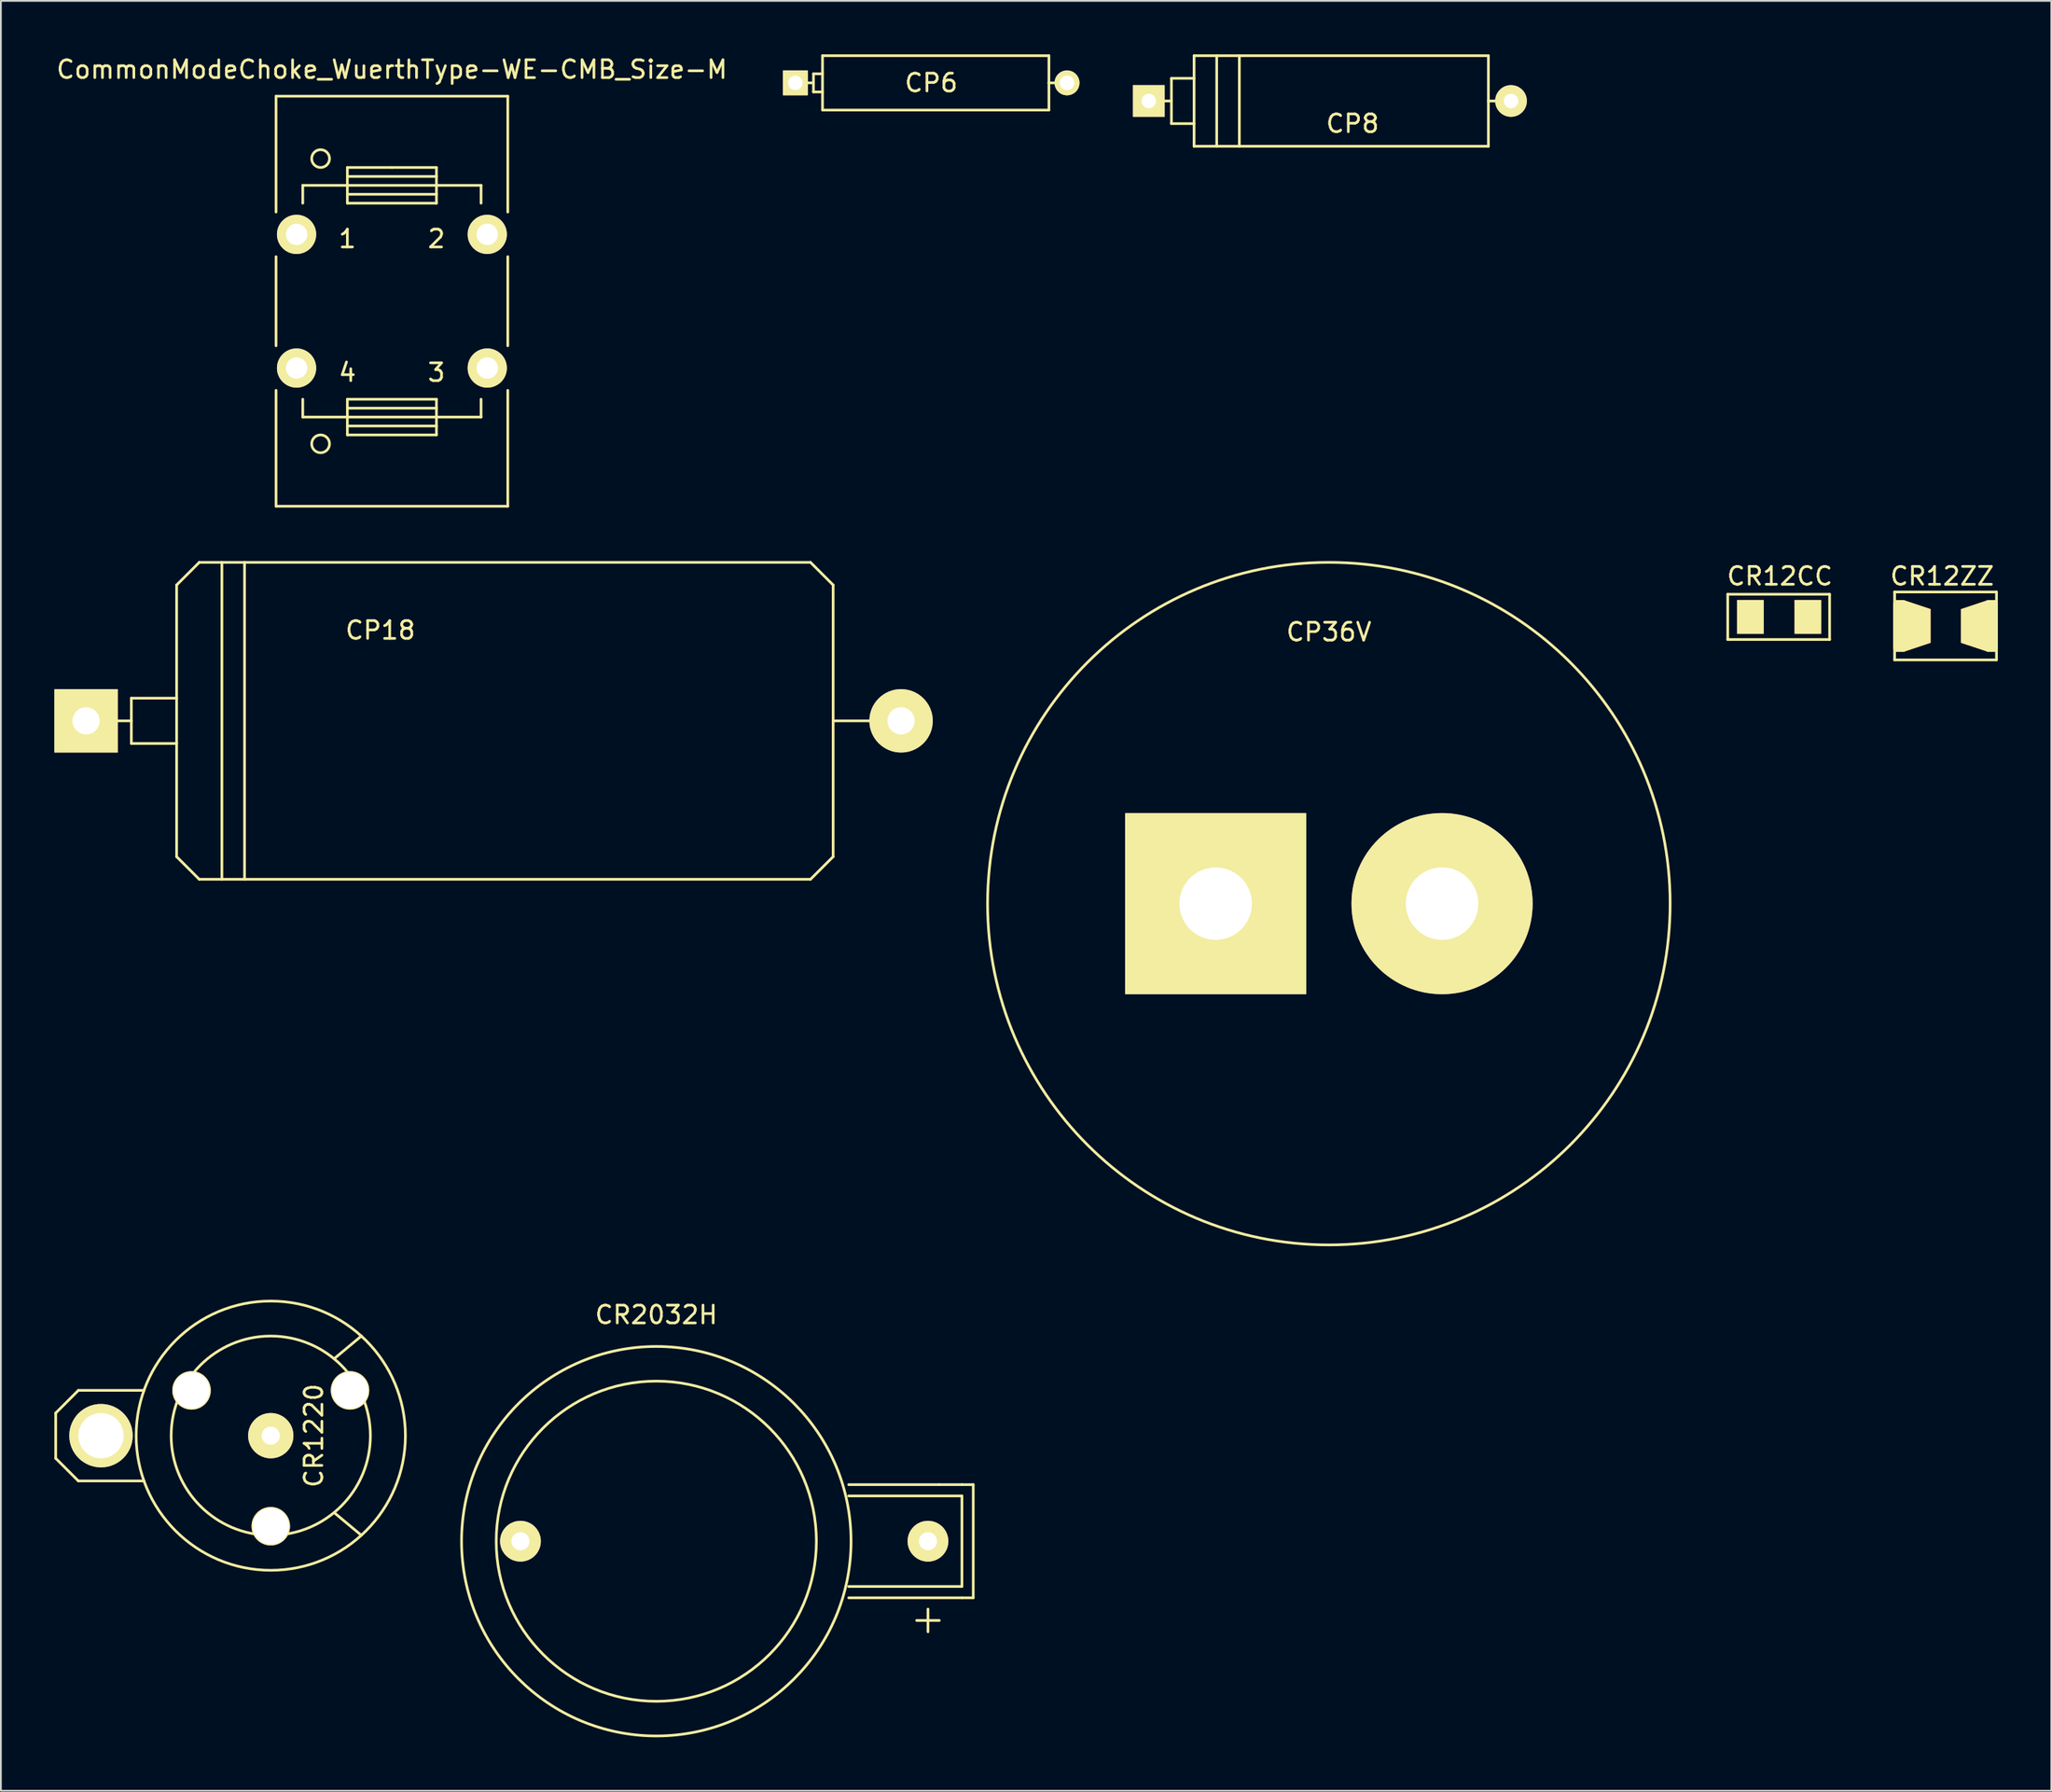
<source format=kicad_pcb>
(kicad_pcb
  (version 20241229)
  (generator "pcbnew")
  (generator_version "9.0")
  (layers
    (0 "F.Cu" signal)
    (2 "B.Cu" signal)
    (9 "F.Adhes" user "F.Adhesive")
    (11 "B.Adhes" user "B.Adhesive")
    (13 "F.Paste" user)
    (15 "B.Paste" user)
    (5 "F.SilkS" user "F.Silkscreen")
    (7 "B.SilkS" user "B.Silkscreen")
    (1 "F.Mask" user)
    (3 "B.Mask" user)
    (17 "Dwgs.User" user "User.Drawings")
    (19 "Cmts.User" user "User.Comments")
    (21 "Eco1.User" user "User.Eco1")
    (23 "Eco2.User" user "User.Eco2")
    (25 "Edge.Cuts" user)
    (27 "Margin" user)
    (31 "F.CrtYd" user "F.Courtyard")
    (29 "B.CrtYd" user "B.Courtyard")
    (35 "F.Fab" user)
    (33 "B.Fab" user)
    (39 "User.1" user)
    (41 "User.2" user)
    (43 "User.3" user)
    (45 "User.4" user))
  (footprint "CommonModeChoke_WuerthType-WE-CMB_Size-M"
    (layer "F.Cu")
    (at 18.935 13.848)
    (property "Reference" "CommonModeChoke_WuerthType-WE-CMB_Size-M" (at 0 -13 0) (layer "F.SilkS") (effects (font (size 1 1) (thickness 0.15))))
    (attr through_hole)
    (fp_line (start -6.5 -11.501) (end 6.5 -11.501) (stroke (width 0.15) (type solid)) (layer "F.SilkS"))
    (fp_line (start -6.5 -5.001) (end -6.5 -11.501) (stroke (width 0.15) (type solid)) (layer "F.SilkS"))
    (fp_line (start -6.5 2.499) (end -6.5 -2.499) (stroke (width 0.15) (type solid)) (layer "F.SilkS"))
    (fp_line (start -6.5 11.501) (end -6.5 5.001) (stroke (width 0.15) (type solid)) (layer "F.SilkS"))
    (fp_line (start -5.001 -6.5) (end -5.001 -5.499) (stroke (width 0.15) (type solid)) (layer "F.SilkS"))
    (fp_line (start -5.001 5.499) (end -5.001 6.5) (stroke (width 0.15) (type solid)) (layer "F.SilkS"))
    (fp_line (start -5.001 6.5) (end -2.499 6.5) (stroke (width 0.15) (type solid)) (layer "F.SilkS"))
    (fp_line (start -2.499 -7.501) (end 0 -7.501) (stroke (width 0.15) (type solid)) (layer "F.SilkS"))
    (fp_line (start -2.499 -6.5) (end -5.001 -6.5) (stroke (width 0.15) (type solid)) (layer "F.SilkS"))
    (fp_line (start -2.499 -6.5) (end 2.499 -6.5) (stroke (width 0.15) (type solid)) (layer "F.SilkS"))
    (fp_line (start -2.499 -5.999) (end 2.499 -5.999) (stroke (width 0.15) (type solid)) (layer "F.SilkS"))
    (fp_line (start -2.499 -5.499) (end -2.499 -7.501) (stroke (width 0.15) (type solid)) (layer "F.SilkS"))
    (fp_line (start -2.499 5.499) (end 2.499 5.499) (stroke (width 0.15) (type solid)) (layer "F.SilkS"))
    (fp_line (start -2.499 7) (end 2.499 7) (stroke (width 0.15) (type solid)) (layer "F.SilkS"))
    (fp_line (start -2.499 7.501) (end -2.499 5.499) (stroke (width 0.15) (type solid)) (layer "F.SilkS"))
    (fp_line (start 0 -7.501) (end 2.499 -7.501) (stroke (width 0.15) (type solid)) (layer "F.SilkS"))
    (fp_line (start 2.499 -7.501) (end 2.499 -5.499) (stroke (width 0.15) (type solid)) (layer "F.SilkS"))
    (fp_line (start 2.499 -7) (end -2.499 -7) (stroke (width 0.15) (type solid)) (layer "F.SilkS"))
    (fp_line (start 2.499 -6.5) (end 5.001 -6.5) (stroke (width 0.15) (type solid)) (layer "F.SilkS"))
    (fp_line (start 2.499 -5.499) (end -2.499 -5.499) (stroke (width 0.15) (type solid)) (layer "F.SilkS"))
    (fp_line (start 2.499 5.499) (end 2.499 7.501) (stroke (width 0.15) (type solid)) (layer "F.SilkS"))
    (fp_line (start 2.499 5.999) (end -2.499 5.999) (stroke (width 0.15) (type solid)) (layer "F.SilkS"))
    (fp_line (start 2.499 6.5) (end -2.499 6.5) (stroke (width 0.15) (type solid)) (layer "F.SilkS"))
    (fp_line (start 2.499 7.501) (end -2.499 7.501) (stroke (width 0.15) (type solid)) (layer "F.SilkS"))
    (fp_line (start 5.001 -6.5) (end 5.001 -5.499) (stroke (width 0.15) (type solid)) (layer "F.SilkS"))
    (fp_line (start 5.001 5.499) (end 5.001 6.5) (stroke (width 0.15) (type solid)) (layer "F.SilkS"))
    (fp_line (start 5.001 6.5) (end 2.499 6.5) (stroke (width 0.15) (type solid)) (layer "F.SilkS"))
    (fp_line (start 6.5 -11.501) (end 6.5 -5.001) (stroke (width 0.15) (type solid)) (layer "F.SilkS"))
    (fp_line (start 6.5 -2.499) (end 6.5 2.499) (stroke (width 0.15) (type solid)) (layer "F.SilkS"))
    (fp_line (start 6.5 5.001) (end 6.5 11.501) (stroke (width 0.15) (type solid)) (layer "F.SilkS"))
    (fp_line (start 6.5 11.501) (end -6.5 11.501) (stroke (width 0.15) (type solid)) (layer "F.SilkS"))
    (fp_circle (center -4 -8.001) (end -3.5 -8.001) (stroke (width 0.15) (type solid)) (fill no) (layer "F.SilkS"))
    (fp_circle (center -4 8.001) (end -3.5 8.001) (stroke (width 0.15) (type solid)) (fill no) (layer "F.SilkS"))
    (fp_text user "4" (at -2.499 4 0) (layer "F.SilkS") (effects (font (size 1 1) (thickness 0.15))))
    (fp_text user "1" (at -2.499 -3.5 0) (layer "F.SilkS") (effects (font (size 1 1) (thickness 0.15))))
    (fp_text user "2" (at 2.499 -3.5 0) (layer "F.SilkS") (effects (font (size 1 1) (thickness 0.15))))
    (fp_text user "3" (at 2.499 4 0) (layer "F.SilkS") (effects (font (size 1 1) (thickness 0.15))))
    (pad "1" thru_hole circle (at -5.349 -3.749) (size 2.2 2.2) (drill 1.199) (layers "*.Cu" "*.Mask" "F.SilkS"))
    (pad "2" thru_hole circle (at 5.349 -3.749) (size 2.2 2.2) (drill 1.199) (layers "*.Cu" "*.Mask" "F.SilkS"))
    (pad "3" thru_hole circle (at 5.349 3.749) (size 2.2 2.2) (drill 1.199) (layers "*.Cu" "*.Mask" "F.SilkS"))
    (pad "4" thru_hole circle (at -5.349 3.749) (size 2.2 2.2) (drill 1.199) (layers "*.Cu" "*.Mask" "F.SilkS")))
  (footprint "CP6"
    (layer "F.Cu")
    (at 49.188 1.599)
    (property "Reference" "CP6" (at 0 0 0) (layer "F.SilkS") (effects (font (size 1 1) (thickness 0.15))))
    (attr through_hole)
    (fp_line (start -7.62 0) (end -6.604 0) (stroke (width 0.15) (type solid)) (layer "F.SilkS"))
    (fp_line (start -6.604 -0.508) (end -6.096 -0.508) (stroke (width 0.15) (type solid)) (layer "F.SilkS"))
    (fp_line (start -6.604 0.508) (end -6.604 -0.508) (stroke (width 0.15) (type solid)) (layer "F.SilkS"))
    (fp_line (start -6.096 -1.524) (end -6.096 1.524) (stroke (width 0.15) (type solid)) (layer "F.SilkS"))
    (fp_line (start -6.096 0.508) (end -6.604 0.508) (stroke (width 0.15) (type solid)) (layer "F.SilkS"))
    (fp_line (start -6.096 1.524) (end 6.604 1.524) (stroke (width 0.15) (type solid)) (layer "F.SilkS"))
    (fp_line (start 6.604 -1.524) (end -6.096 -1.524) (stroke (width 0.15) (type solid)) (layer "F.SilkS"))
    (fp_line (start 6.604 0) (end 6.604 -1.524) (stroke (width 0.15) (type solid)) (layer "F.SilkS"))
    (fp_line (start 6.604 1.524) (end 6.604 0) (stroke (width 0.15) (type solid)) (layer "F.SilkS"))
    (fp_line (start 7.62 0) (end 6.604 0) (stroke (width 0.15) (type solid)) (layer "F.SilkS"))
    (pad "1" thru_hole rect (at -7.62 0) (size 1.397 1.397) (drill 0.813) (layers "*.Cu" "*.Mask" "F.SilkS"))
    (pad "2" thru_hole circle (at 7.62 0) (size 1.397 1.397) (drill 0.813) (layers "*.Cu" "*.Mask" "F.SilkS")))
  (footprint "CP18"
    (layer "F.Cu")
    (at 24.638 37.389)
    (property "Reference" "CP18" (at -6.35 -5.08 0) (layer "F.SilkS") (effects (font (size 1 1) (thickness 0.15))))
    (attr through_hole)
    (fp_line (start -20.32 -1.27) (end -20.32 1.27) (stroke (width 0.15) (type solid)) (layer "F.SilkS"))
    (fp_line (start -20.32 0) (end -22.86 0) (stroke (width 0.15) (type solid)) (layer "F.SilkS"))
    (fp_line (start -20.32 1.27) (end -17.78 1.27) (stroke (width 0.15) (type solid)) (layer "F.SilkS"))
    (fp_line (start -17.78 -7.62) (end -17.78 7.62) (stroke (width 0.15) (type solid)) (layer "F.SilkS"))
    (fp_line (start -17.78 -7.62) (end -16.51 -8.89) (stroke (width 0.15) (type solid)) (layer "F.SilkS"))
    (fp_line (start -17.78 -1.27) (end -20.32 -1.27) (stroke (width 0.15) (type solid)) (layer "F.SilkS"))
    (fp_line (start -16.51 -8.89) (end 17.78 -8.89) (stroke (width 0.15) (type solid)) (layer "F.SilkS"))
    (fp_line (start -16.51 8.89) (end -17.78 7.62) (stroke (width 0.15) (type solid)) (layer "F.SilkS"))
    (fp_line (start -15.24 -8.89) (end -15.24 8.89) (stroke (width 0.15) (type solid)) (layer "F.SilkS"))
    (fp_line (start -13.97 -8.89) (end -13.97 8.89) (stroke (width 0.15) (type solid)) (layer "F.SilkS"))
    (fp_line (start 17.78 -8.89) (end 19.05 -7.62) (stroke (width 0.15) (type solid)) (layer "F.SilkS"))
    (fp_line (start 17.78 8.89) (end -16.51 8.89) (stroke (width 0.15) (type solid)) (layer "F.SilkS"))
    (fp_line (start 19.05 -7.62) (end 19.05 7.62) (stroke (width 0.15) (type solid)) (layer "F.SilkS"))
    (fp_line (start 19.05 0) (end 22.86 0) (stroke (width 0.15) (type solid)) (layer "F.SilkS"))
    (fp_line (start 19.05 7.62) (end 17.78 8.89) (stroke (width 0.15) (type solid)) (layer "F.SilkS"))
    (pad "1" thru_hole rect (at -22.86 0) (size 3.556 3.556) (drill 1.524) (layers "*.Cu" "*.Mask" "F.SilkS"))
    (pad "2" thru_hole circle (at 22.86 0) (size 3.556 3.556) (drill 1.524) (layers "*.Cu" "*.Mask" "F.SilkS")))
  (footprint "CR12CC"
    (layer "F.Cu")
    (at 96.412 31.558)
    (property "Reference" "CR12CC" (at 0.381 -2.286 0) (layer "F.SilkS") (effects (font (size 1 1) (thickness 0.15))))
    (attr through_hole)
    (fp_line (start -2.54 -1.27) (end 3.175 -1.27) (stroke (width 0.15) (type solid)) (layer "F.SilkS"))
    (fp_line (start -2.54 1.27) (end -2.54 -1.27) (stroke (width 0.15) (type solid)) (layer "F.SilkS"))
    (fp_line (start 3.175 -1.27) (end 3.175 1.27) (stroke (width 0.15) (type solid)) (layer "F.SilkS"))
    (fp_line (start 3.175 1.27) (end -2.54 1.27) (stroke (width 0.15) (type solid)) (layer "F.SilkS"))
    (pad "1" smd rect (at -1.27 0) (size 1.501 1.9) (layers "F.Cu" "F.Mask" "F.SilkS" "F.Paste"))
    (pad "2" smd rect (at 1.956 0) (size 1.501 1.9) (layers "F.Cu" "F.Mask" "F.SilkS" "F.Paste")))
  (footprint "CP36V"
    (layer "F.Cu")
    (at 71.496 47.644)
    (property "Reference" "CP36V" (at 0 -15.24 0) (layer "F.SilkS") (effects (font (size 1 1) (thickness 0.15))))
    (attr through_hole)
    (fp_circle (center 0 0) (end 19.05 1.905) (stroke (width 0.15) (type solid)) (fill no) (layer "F.SilkS"))
    (pad "1" thru_hole rect (at -6.35 0) (size 10.16 10.16) (drill 4.064) (layers "*.Cu" "*.Mask" "F.SilkS"))
    (pad "2" thru_hole circle (at 6.35 0) (size 10.16 10.16) (drill 4.064) (layers "*.Cu" "*.Mask" "F.SilkS")))
  (footprint "CR12ZZ"
    (layer "F.Cu")
    (at 105.774 32.066)
    (property "Reference" "CR12ZZ" (at 0.127 -2.794 0) (layer "F.SilkS") (effects (font (size 1 1) (thickness 0.15))))
    (attr through_hole)
    (fp_line (start -2.54 -1.905) (end 3.175 -1.905) (stroke (width 0.15) (type solid)) (layer "F.SilkS"))
    (fp_line (start -2.54 1.27) (end -2.54 -1.27) (stroke (width 0.15) (type solid)) (layer "F.SilkS"))
    (fp_line (start -2.54 1.905) (end -2.54 -1.905) (stroke (width 0.15) (type solid)) (layer "F.SilkS"))
    (fp_line (start 3.175 -1.905) (end 3.175 1.905) (stroke (width 0.15) (type solid)) (layer "F.SilkS"))
    (fp_line (start 3.175 -1.27) (end 3.175 1.27) (stroke (width 0.15) (type solid)) (layer "F.SilkS"))
    (fp_line (start 3.175 1.905) (end -2.54 1.905) (stroke (width 0.15) (type solid)) (layer "F.SilkS"))
    (pad "1" smd rect (at -2.235 0) (size 0.5 2.901) (layers "F.Cu" "F.Mask" "F.SilkS" "F.Paste"))
    (pad "1" smd trapezoid (at -1.27 0) (size 1.501 2.393) (rect_delta 0.5 0) (layers "F.Cu" "F.Mask" "F.SilkS" "F.Paste"))
    (pad "2" smd trapezoid (at 1.93 0) (size 1.501 2.393) (rect_delta -0.5 0) (layers "F.Cu" "F.Mask" "F.SilkS" "F.Paste"))
    (pad "2" smd rect (at 2.896 0) (size 0.5 2.901) (layers "F.Cu" "F.Mask" "F.SilkS" "F.Paste")))
  (footprint "CP8"
    (layer "F.Cu")
    (at 71.555 2.615)
    (property "Reference" "CP8" (at 1.27 1.27 0) (layer "F.SilkS") (effects (font (size 1 1) (thickness 0.15))))
    (attr through_hole)
    (fp_line (start -10.16 0) (end -8.89 0) (stroke (width 0.15) (type solid)) (layer "F.SilkS"))
    (fp_line (start -8.89 -1.27) (end -7.62 -1.27) (stroke (width 0.15) (type solid)) (layer "F.SilkS"))
    (fp_line (start -8.89 1.27) (end -8.89 -1.27) (stroke (width 0.15) (type solid)) (layer "F.SilkS"))
    (fp_line (start -7.62 -2.54) (end 8.89 -2.54) (stroke (width 0.15) (type solid)) (layer "F.SilkS"))
    (fp_line (start -7.62 1.27) (end -8.89 1.27) (stroke (width 0.15) (type solid)) (layer "F.SilkS"))
    (fp_line (start -7.62 2.54) (end -7.62 -2.54) (stroke (width 0.15) (type solid)) (layer "F.SilkS"))
    (fp_line (start -6.35 2.54) (end -6.35 -2.54) (stroke (width 0.15) (type solid)) (layer "F.SilkS"))
    (fp_line (start -5.08 -2.54) (end -5.08 2.54) (stroke (width 0.15) (type solid)) (layer "F.SilkS"))
    (fp_line (start 8.89 -2.54) (end 8.89 2.54) (stroke (width 0.15) (type solid)) (layer "F.SilkS"))
    (fp_line (start 8.89 0) (end 10.16 0) (stroke (width 0.15) (type solid)) (layer "F.SilkS"))
    (fp_line (start 8.89 2.54) (end -7.62 2.54) (stroke (width 0.15) (type solid)) (layer "F.SilkS"))
    (pad "1" thru_hole rect (at -10.16 0) (size 1.778 1.778) (drill 0.813) (layers "*.Cu" "*.Mask" "F.SilkS"))
    (pad "2" thru_hole circle (at 10.16 0) (size 1.778 1.778) (drill 0.813) (layers "*.Cu" "*.Mask" "F.SilkS")))
  (footprint "CR1220"
    (layer "F.Cu")
    (at 7.695 77.491)
    (property "Reference" "CR1220" (at 6.858 0 90) (layer "F.SilkS") (effects (font (size 1 1) (thickness 0.15))))
    (attr through_hole)
    (fp_line (start -7.62 -1.27) (end -6.35 -2.54) (stroke (width 0.15) (type solid)) (layer "F.SilkS"))
    (fp_line (start -7.62 1.27) (end -7.62 -1.27) (stroke (width 0.15) (type solid)) (layer "F.SilkS"))
    (fp_line (start -6.35 -2.54) (end -2.667 -2.54) (stroke (width 0.15) (type solid)) (layer "F.SilkS"))
    (fp_line (start -6.35 2.54) (end -7.62 1.27) (stroke (width 0.15) (type solid)) (layer "F.SilkS"))
    (fp_line (start -6.35 2.54) (end -2.667 2.54) (stroke (width 0.15) (type solid)) (layer "F.SilkS"))
    (fp_line (start 8.001 -4.318) (end 9.525 -5.588) (stroke (width 0.15) (type solid)) (layer "F.SilkS"))
    (fp_line (start 8.001 4.318) (end 9.525 5.588) (stroke (width 0.15) (type solid)) (layer "F.SilkS"))
    (fp_circle (center 4.445 0) (end -2.667 2.54) (stroke (width 0.15) (type solid)) (fill no) (layer "F.SilkS"))
    (fp_circle (center 4.445 0) (end -1.143 0) (stroke (width 0.15) (type solid)) (fill no) (layer "F.SilkS"))
    (pad "" thru_hole circle (at 0 -2.54) (size 2.159 2.159) (drill 2.032) (layers "*.Cu" "*.Mask" "F.SilkS"))
    (pad "" thru_hole circle (at 4.445 5.08) (size 2.159 2.159) (drill 2.032) (layers "*.Cu" "*.Mask" "F.SilkS"))
    (pad "" thru_hole circle (at 8.89 -2.54) (size 2.159 2.159) (drill 2.032) (layers "*.Cu" "*.Mask" "F.SilkS"))
    (pad "1" thru_hole circle (at -5.08 0) (size 3.556 3.556) (drill 2.54) (layers "*.Cu" "*.Mask" "F.SilkS"))
    (pad "2" thru_hole circle (at 4.445 0) (size 2.54 2.54) (drill 1.016) (layers "*.Cu" "*.Mask" "F.SilkS")))
  (footprint "CR2032H"
    (layer "F.Cu")
    (at 33.767 83.412)
    (property "Reference" "CR2032H" (at 0 -12.7 0) (layer "F.SilkS") (effects (font (size 1 1) (thickness 0.15))))
    (attr through_hole)
    (fp_line (start 10.795 -3.175) (end 15.875 -3.175) (stroke (width 0.15) (type solid)) (layer "F.SilkS"))
    (fp_line (start 10.795 -2.54) (end 17.145 -2.54) (stroke (width 0.15) (type solid)) (layer "F.SilkS"))
    (fp_line (start 14.605 4.445) (end 15.875 4.445) (stroke (width 0.15) (type solid)) (layer "F.SilkS"))
    (fp_line (start 15.24 3.81) (end 15.24 5.08) (stroke (width 0.15) (type solid)) (layer "F.SilkS"))
    (fp_line (start 15.875 -3.175) (end 17.145 -3.175) (stroke (width 0.15) (type solid)) (layer "F.SilkS"))
    (fp_line (start 17.145 -3.175) (end 17.78 -3.175) (stroke (width 0.15) (type solid)) (layer "F.SilkS"))
    (fp_line (start 17.145 -2.54) (end 17.145 2.54) (stroke (width 0.15) (type solid)) (layer "F.SilkS"))
    (fp_line (start 17.145 2.54) (end 10.795 2.54) (stroke (width 0.15) (type solid)) (layer "F.SilkS"))
    (fp_line (start 17.145 3.175) (end 10.795 3.175) (stroke (width 0.15) (type solid)) (layer "F.SilkS"))
    (fp_line (start 17.78 -3.175) (end 17.78 3.175) (stroke (width 0.15) (type solid)) (layer "F.SilkS"))
    (fp_line (start 17.78 3.175) (end 17.145 3.175) (stroke (width 0.15) (type solid)) (layer "F.SilkS"))
    (fp_circle (center 0 0) (end -1.27 -8.89) (stroke (width 0.15) (type solid)) (fill no) (layer "F.SilkS"))
    (fp_circle (center 0 0) (end 6.35 8.89) (stroke (width 0.15) (type solid)) (fill no) (layer "F.SilkS"))
    (pad "1" thru_hole circle (at 15.24 0) (size 2.286 2.286) (drill 1.016) (layers "*.Cu" "*.Mask" "F.SilkS"))
    (pad "2" thru_hole circle (at -7.62 0) (size 2.286 2.286) (drill 1.016) (layers "*.Cu" "*.Mask" "F.SilkS")))
  (gr_rect
    (start -3 -3)
    (end 112.024 97.412)
    (stroke (width 0.1) (type default))
    (fill no)
    (layer "Edge.Cuts")))
</source>
